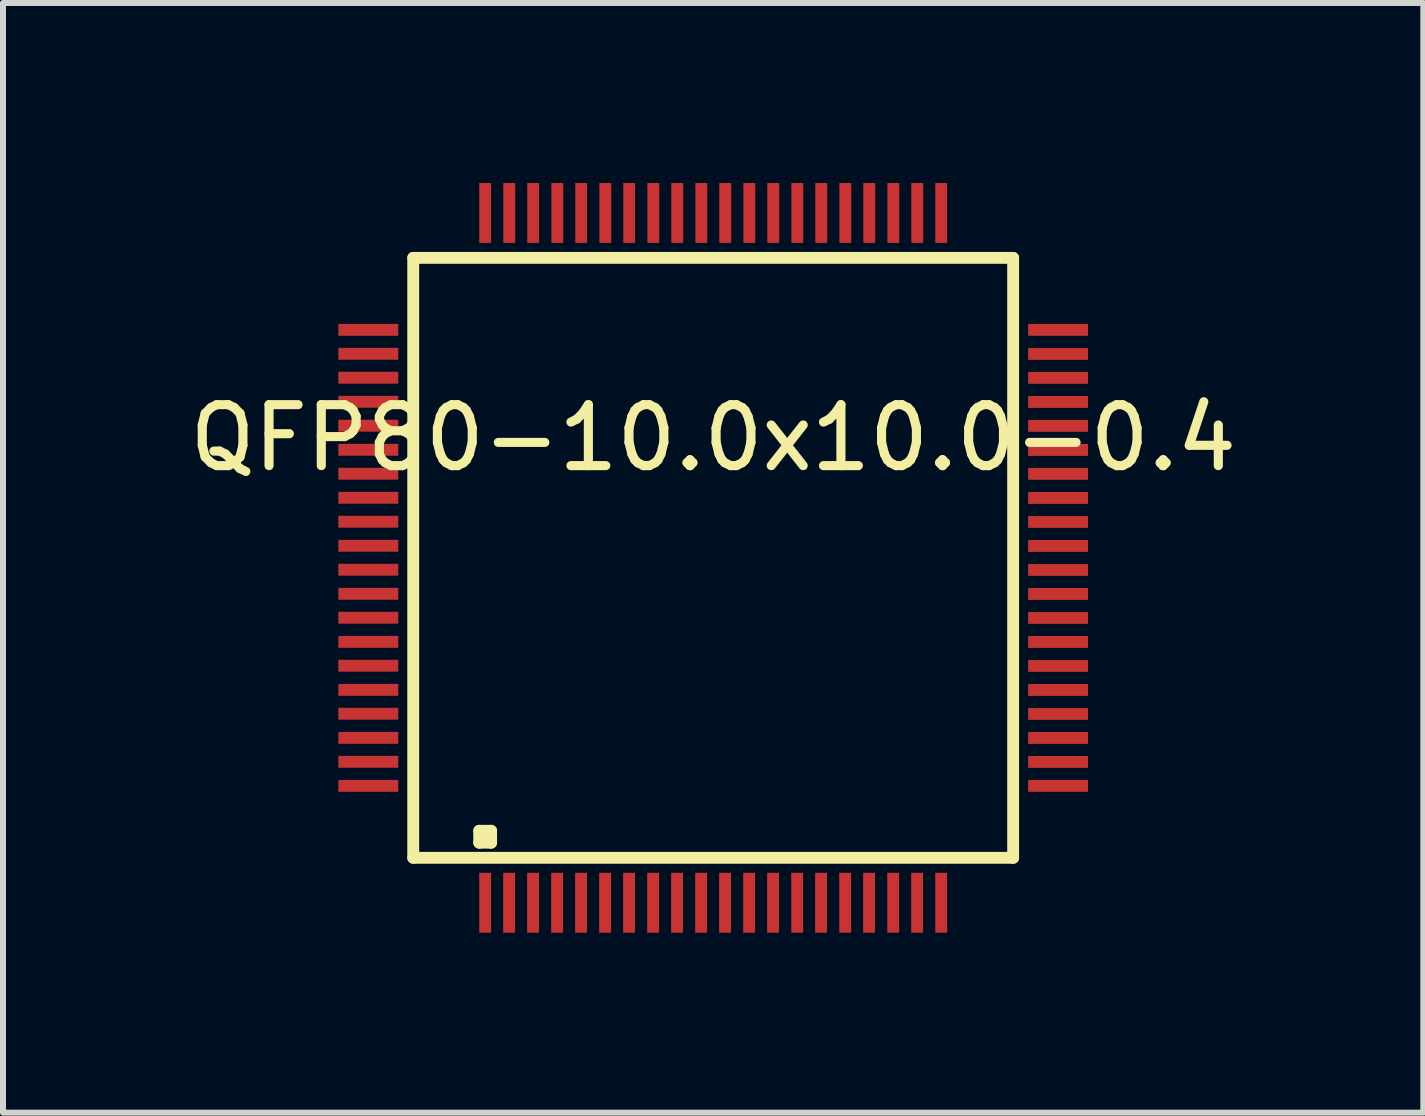
<source format=kicad_pcb>
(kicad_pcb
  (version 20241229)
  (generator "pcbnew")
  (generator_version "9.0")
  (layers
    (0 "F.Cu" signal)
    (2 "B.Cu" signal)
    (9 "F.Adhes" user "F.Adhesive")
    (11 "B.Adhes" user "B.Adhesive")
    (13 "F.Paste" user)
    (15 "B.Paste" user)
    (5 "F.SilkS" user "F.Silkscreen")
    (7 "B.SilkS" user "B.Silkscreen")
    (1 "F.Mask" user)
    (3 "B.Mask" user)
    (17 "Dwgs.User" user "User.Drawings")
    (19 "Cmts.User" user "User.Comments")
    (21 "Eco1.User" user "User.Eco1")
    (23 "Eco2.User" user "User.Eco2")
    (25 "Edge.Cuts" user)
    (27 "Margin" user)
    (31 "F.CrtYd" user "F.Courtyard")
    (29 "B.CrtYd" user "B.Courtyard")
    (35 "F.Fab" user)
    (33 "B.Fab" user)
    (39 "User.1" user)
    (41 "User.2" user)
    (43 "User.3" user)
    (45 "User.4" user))
  (footprint "QFP80-10.0x10.0-0.4"
    (layer "F.Cu")
    (at 8.836 6.247)
    (property "Reference" "QFP80-10.0x10.0-0.4" (at 0 -1.999 0) (layer "F.SilkS") (effects (font (size 1.016 1.016) (thickness 0.152))))
    (attr through_hole)
    (fp_line (start -4.999 -4.999) (end 4.999 -4.999) (stroke (width 0.198) (type solid)) (layer "F.SilkS"))
    (fp_line (start -4.999 4.999) (end -4.999 -4.999) (stroke (width 0.198) (type solid)) (layer "F.SilkS"))
    (fp_line (start -3.899 4.549) (end -3.701 4.549) (stroke (width 0.198) (type solid)) (layer "F.SilkS"))
    (fp_line (start -3.899 4.747) (end -3.899 4.549) (stroke (width 0.198) (type solid)) (layer "F.SilkS"))
    (fp_line (start -3.701 4.549) (end -3.701 4.747) (stroke (width 0.198) (type solid)) (layer "F.SilkS"))
    (fp_line (start -3.701 4.747) (end -3.899 4.747) (stroke (width 0.198) (type solid)) (layer "F.SilkS"))
    (fp_line (start 4.999 -4.999) (end 4.999 4.999) (stroke (width 0.198) (type solid)) (layer "F.SilkS"))
    (fp_line (start 4.999 4.999) (end -4.999 4.999) (stroke (width 0.198) (type solid)) (layer "F.SilkS"))
    (pad "1" smd rect (at -3.8 5.748) (size 0.198 0.998) (layers "*.Mask" "F.Cu"))
    (pad "2" smd rect (at -3.401 5.748) (size 0.198 0.998) (layers "*.Mask" "F.Cu"))
    (pad "3" smd rect (at -3.002 5.748) (size 0.198 0.998) (layers "*.Mask" "F.Cu"))
    (pad "4" smd rect (at -2.601 5.748) (size 0.198 0.998) (layers "*.Mask" "F.Cu"))
    (pad "5" smd rect (at -2.202 5.748) (size 0.198 0.998) (layers "*.Mask" "F.Cu"))
    (pad "6" smd rect (at -1.801 5.748) (size 0.198 0.998) (layers "*.Mask" "F.Cu"))
    (pad "7" smd rect (at -1.402 5.748) (size 0.198 0.998) (layers "*.Mask" "F.Cu"))
    (pad "8" smd rect (at -1.001 5.748) (size 0.198 0.998) (layers "*.Mask" "F.Cu"))
    (pad "9" smd rect (at -0.602 5.748) (size 0.198 0.998) (layers "*.Mask" "F.Cu"))
    (pad "10" smd rect (at -0.201 5.748) (size 0.198 0.998) (layers "*.Mask" "F.Cu"))
    (pad "11" smd rect (at 0.198 5.748) (size 0.198 0.998) (layers "*.Mask" "F.Cu"))
    (pad "12" smd rect (at 0.599 5.748) (size 0.198 0.998) (layers "*.Mask" "F.Cu"))
    (pad "13" smd rect (at 0.998 5.748) (size 0.198 0.998) (layers "*.Mask" "F.Cu"))
    (pad "14" smd rect (at 1.4 5.748) (size 0.198 0.998) (layers "*.Mask" "F.Cu"))
    (pad "15" smd rect (at 1.798 5.748) (size 0.198 0.998) (layers "*.Mask" "F.Cu"))
    (pad "16" smd rect (at 2.2 5.748) (size 0.198 0.998) (layers "*.Mask" "F.Cu"))
    (pad "17" smd rect (at 2.598 5.748) (size 0.198 0.998) (layers "*.Mask" "F.Cu"))
    (pad "18" smd rect (at 3 5.748) (size 0.198 0.998) (layers "*.Mask" "F.Cu"))
    (pad "19" smd rect (at 3.399 5.748) (size 0.198 0.998) (layers "*.Mask" "F.Cu"))
    (pad "20" smd rect (at 3.8 5.748) (size 0.198 0.998) (layers "*.Mask" "F.Cu"))
    (pad "21" smd rect (at 5.748 3.8 90) (size 0.198 0.998) (layers "*.Mask" "F.Cu"))
    (pad "22" smd rect (at 5.748 3.401 90) (size 0.198 0.998) (layers "*.Mask" "F.Cu"))
    (pad "23" smd rect (at 5.748 3.002 90) (size 0.198 0.998) (layers "*.Mask" "F.Cu"))
    (pad "24" smd rect (at 5.748 2.601 90) (size 0.198 0.998) (layers "*.Mask" "F.Cu"))
    (pad "25" smd rect (at 5.748 2.202 90) (size 0.198 0.998) (layers "*.Mask" "F.Cu"))
    (pad "26" smd rect (at 5.748 1.801 90) (size 0.198 0.998) (layers "*.Mask" "F.Cu"))
    (pad "27" smd rect (at 5.748 1.402 90) (size 0.198 0.998) (layers "*.Mask" "F.Cu"))
    (pad "28" smd rect (at 5.748 1.001 90) (size 0.198 0.998) (layers "*.Mask" "F.Cu"))
    (pad "29" smd rect (at 5.748 0.602 90) (size 0.198 0.998) (layers "*.Mask" "F.Cu"))
    (pad "30" smd rect (at 5.748 0.201 90) (size 0.198 0.998) (layers "*.Mask" "F.Cu"))
    (pad "31" smd rect (at 5.748 -0.198 90) (size 0.198 0.998) (layers "*.Mask" "F.Cu"))
    (pad "32" smd rect (at 5.748 -0.599 90) (size 0.198 0.998) (layers "*.Mask" "F.Cu"))
    (pad "33" smd rect (at 5.748 -0.998 90) (size 0.198 0.998) (layers "*.Mask" "F.Cu"))
    (pad "34" smd rect (at 5.748 -1.4 90) (size 0.198 0.998) (layers "*.Mask" "F.Cu"))
    (pad "35" smd rect (at 5.748 -1.798 90) (size 0.198 0.998) (layers "*.Mask" "F.Cu"))
    (pad "36" smd rect (at 5.748 -2.2 90) (size 0.198 0.998) (layers "*.Mask" "F.Cu"))
    (pad "37" smd rect (at 5.748 -2.598 90) (size 0.198 0.998) (layers "*.Mask" "F.Cu"))
    (pad "38" smd rect (at 5.748 -3 90) (size 0.198 0.998) (layers "*.Mask" "F.Cu"))
    (pad "39" smd rect (at 5.748 -3.399 90) (size 0.198 0.998) (layers "*.Mask" "F.Cu"))
    (pad "40" smd rect (at 5.748 -3.8 90) (size 0.198 0.998) (layers "*.Mask" "F.Cu"))
    (pad "41" smd rect (at 3.8 -5.748) (size 0.198 0.998) (layers "*.Mask" "F.Cu"))
    (pad "42" smd rect (at 3.401 -5.748) (size 0.198 0.998) (layers "*.Mask" "F.Cu"))
    (pad "43" smd rect (at 3.002 -5.748) (size 0.198 0.998) (layers "*.Mask" "F.Cu"))
    (pad "44" smd rect (at 2.601 -5.748) (size 0.198 0.998) (layers "*.Mask" "F.Cu"))
    (pad "45" smd rect (at 2.202 -5.748) (size 0.198 0.998) (layers "*.Mask" "F.Cu"))
    (pad "46" smd rect (at 1.801 -5.748) (size 0.198 0.998) (layers "*.Mask" "F.Cu"))
    (pad "47" smd rect (at 1.402 -5.748) (size 0.198 0.998) (layers "*.Mask" "F.Cu"))
    (pad "48" smd rect (at 1.001 -5.748) (size 0.198 0.998) (layers "*.Mask" "F.Cu"))
    (pad "49" smd rect (at 0.602 -5.748) (size 0.198 0.998) (layers "*.Mask" "F.Cu"))
    (pad "50" smd rect (at 0.201 -5.748) (size 0.198 0.998) (layers "*.Mask" "F.Cu"))
    (pad "51" smd rect (at -0.198 -5.748) (size 0.198 0.998) (layers "*.Mask" "F.Cu"))
    (pad "52" smd rect (at -0.599 -5.748) (size 0.198 0.998) (layers "*.Mask" "F.Cu"))
    (pad "53" smd rect (at -0.998 -5.748) (size 0.198 0.998) (layers "*.Mask" "F.Cu"))
    (pad "54" smd rect (at -1.4 -5.748) (size 0.198 0.998) (layers "*.Mask" "F.Cu"))
    (pad "55" smd rect (at -1.798 -5.748) (size 0.198 0.998) (layers "*.Mask" "F.Cu"))
    (pad "56" smd rect (at -2.2 -5.748) (size 0.198 0.998) (layers "*.Mask" "F.Cu"))
    (pad "57" smd rect (at -2.598 -5.748) (size 0.198 0.998) (layers "*.Mask" "F.Cu"))
    (pad "58" smd rect (at -3 -5.748) (size 0.198 0.998) (layers "*.Mask" "F.Cu"))
    (pad "59" smd rect (at -3.399 -5.748) (size 0.198 0.998) (layers "*.Mask" "F.Cu"))
    (pad "60" smd rect (at -3.8 -5.748) (size 0.198 0.998) (layers "*.Mask" "F.Cu"))
    (pad "61" smd rect (at -5.748 -3.8 90) (size 0.198 0.998) (layers "*.Mask" "F.Cu"))
    (pad "62" smd rect (at -5.748 -3.401 90) (size 0.198 0.998) (layers "*.Mask" "F.Cu"))
    (pad "63" smd rect (at -5.748 -3.002 90) (size 0.198 0.998) (layers "*.Mask" "F.Cu"))
    (pad "64" smd rect (at -5.748 -2.601 90) (size 0.198 0.998) (layers "*.Mask" "F.Cu"))
    (pad "65" smd rect (at -5.748 -2.202 90) (size 0.198 0.998) (layers "*.Mask" "F.Cu"))
    (pad "66" smd rect (at -5.748 -1.801 90) (size 0.198 0.998) (layers "*.Mask" "F.Cu"))
    (pad "67" smd rect (at -5.748 -1.402 90) (size 0.198 0.998) (layers "*.Mask" "F.Cu"))
    (pad "68" smd rect (at -5.748 -1.001 90) (size 0.198 0.998) (layers "*.Mask" "F.Cu"))
    (pad "69" smd rect (at -5.748 -0.602 90) (size 0.198 0.998) (layers "*.Mask" "F.Cu"))
    (pad "70" smd rect (at -5.748 -0.201 90) (size 0.198 0.998) (layers "*.Mask" "F.Cu"))
    (pad "71" smd rect (at -5.748 0.198 90) (size 0.198 0.998) (layers "*.Mask" "F.Cu"))
    (pad "72" smd rect (at -5.748 0.599 90) (size 0.198 0.998) (layers "*.Mask" "F.Cu"))
    (pad "73" smd rect (at -5.748 0.998 90) (size 0.198 0.998) (layers "*.Mask" "F.Cu"))
    (pad "74" smd rect (at -5.748 1.4 90) (size 0.198 0.998) (layers "*.Mask" "F.Cu"))
    (pad "75" smd rect (at -5.748 1.798 90) (size 0.198 0.998) (layers "*.Mask" "F.Cu"))
    (pad "76" smd rect (at -5.748 2.2 90) (size 0.198 0.998) (layers "*.Mask" "F.Cu"))
    (pad "77" smd rect (at -5.748 2.598 90) (size 0.198 0.998) (layers "*.Mask" "F.Cu"))
    (pad "78" smd rect (at -5.748 3 90) (size 0.198 0.998) (layers "*.Mask" "F.Cu"))
    (pad "79" smd rect (at -5.748 3.399 90) (size 0.198 0.998) (layers "*.Mask" "F.Cu"))
    (pad "80" smd rect (at -5.748 3.8 90) (size 0.198 0.998) (layers "*.Mask" "F.Cu")))
  (gr_rect
    (start -3 -3)
    (end 20.671 15.494)
    (stroke (width 0.1) (type default))
    (fill no)
    (layer "Edge.Cuts")))
</source>
